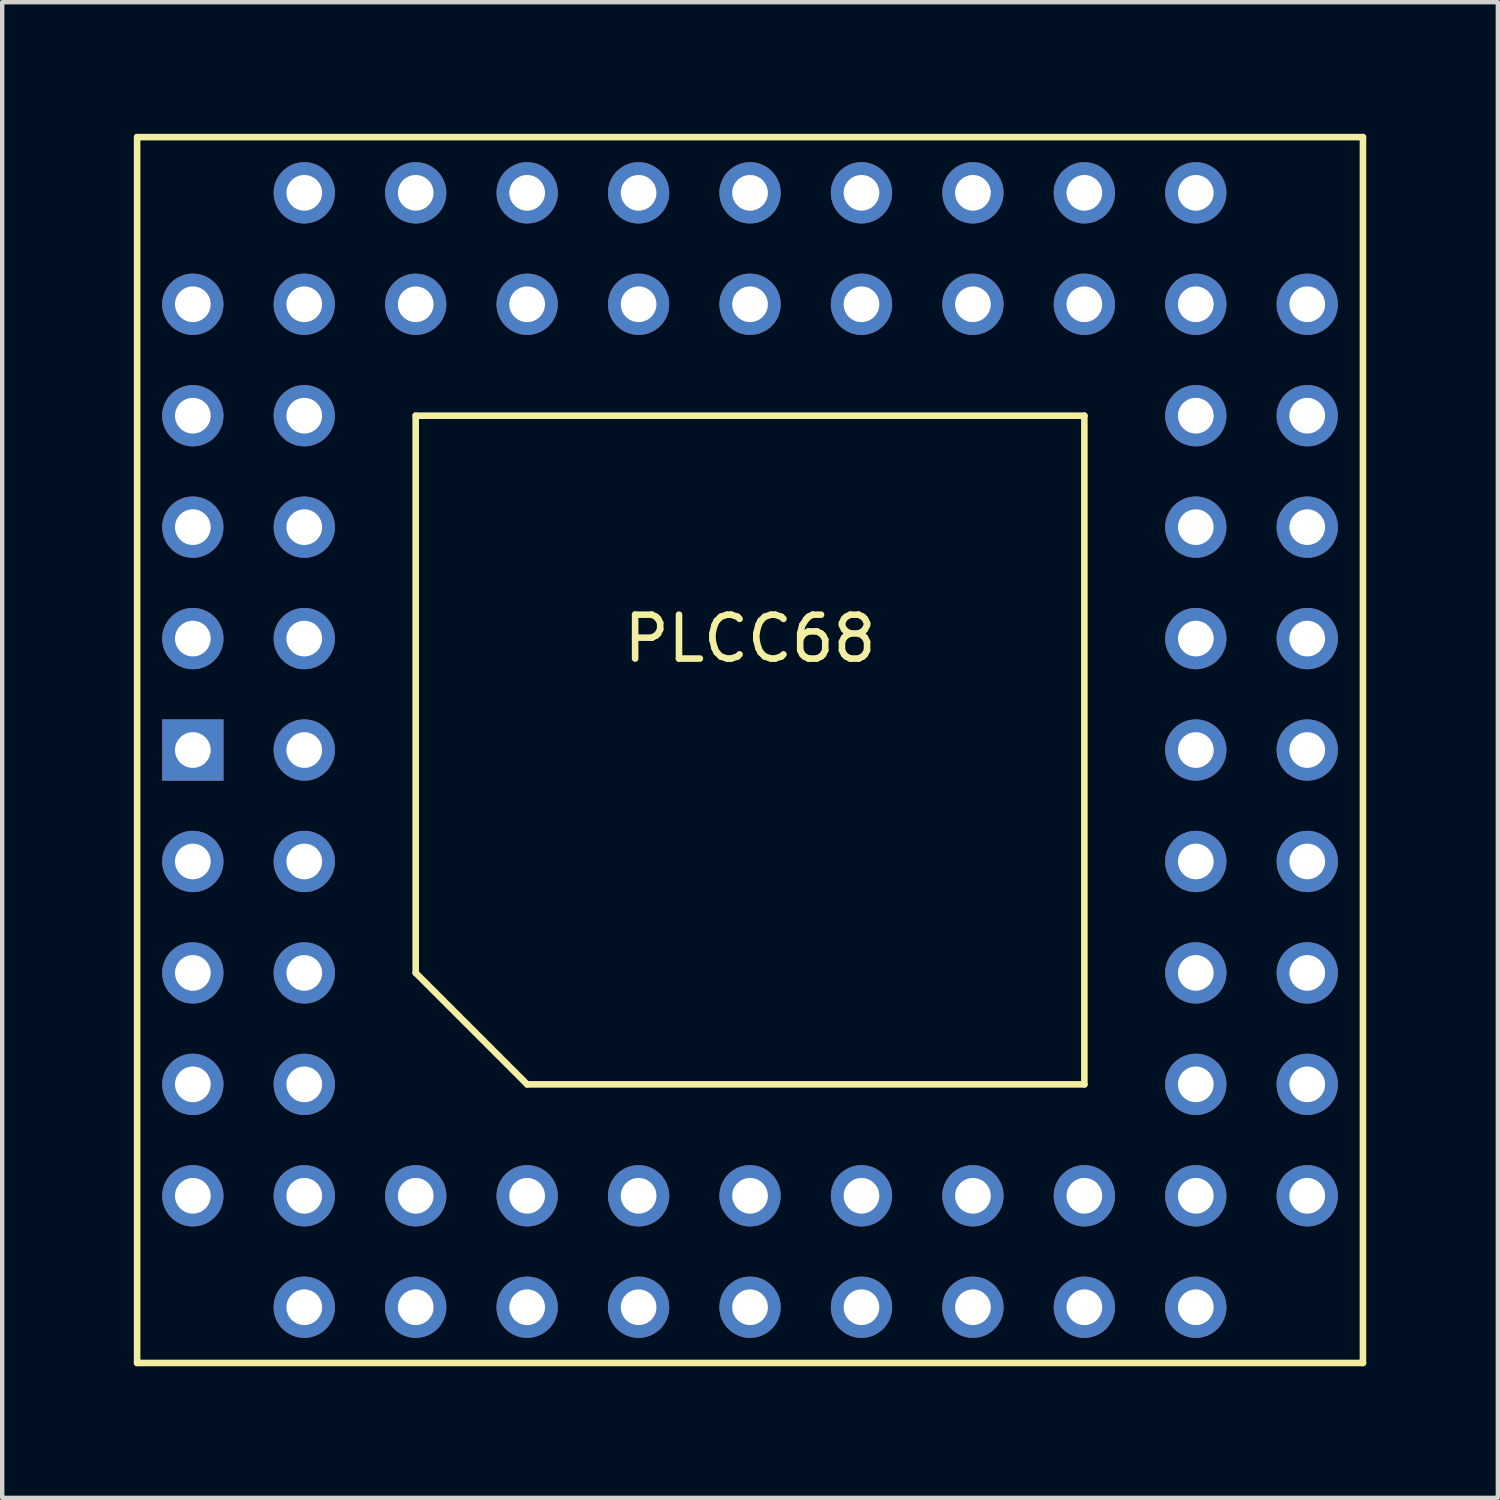
<source format=kicad_pcb>
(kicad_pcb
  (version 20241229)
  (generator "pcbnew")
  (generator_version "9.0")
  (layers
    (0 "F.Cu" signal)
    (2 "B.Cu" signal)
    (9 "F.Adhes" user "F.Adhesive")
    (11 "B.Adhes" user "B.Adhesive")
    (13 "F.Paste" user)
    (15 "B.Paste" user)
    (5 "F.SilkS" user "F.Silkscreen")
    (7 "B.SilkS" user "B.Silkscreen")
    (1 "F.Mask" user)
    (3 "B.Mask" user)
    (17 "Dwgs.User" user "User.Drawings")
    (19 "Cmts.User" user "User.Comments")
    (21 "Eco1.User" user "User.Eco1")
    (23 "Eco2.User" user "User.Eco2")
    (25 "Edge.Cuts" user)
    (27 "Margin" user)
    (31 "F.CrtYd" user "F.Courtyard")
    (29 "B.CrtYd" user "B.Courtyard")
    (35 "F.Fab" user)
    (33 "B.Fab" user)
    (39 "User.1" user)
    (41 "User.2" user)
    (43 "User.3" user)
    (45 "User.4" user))
  (footprint "PLCC68"
    (layer "F.Cu")
    (at 14.045 14.045)
    (property "Reference" "PLCC68" (at 0 -2.54 0) (layer "F.SilkS") (effects (font (size 1 1) (thickness 0.15))))
    (attr through_hole)
    (fp_line (start -13.97 -13.97) (end 13.97 -13.97) (stroke (width 0.15) (type solid)) (layer "F.SilkS"))
    (fp_line (start -13.97 13.97) (end -13.97 -13.97) (stroke (width 0.15) (type solid)) (layer "F.SilkS"))
    (fp_line (start -7.62 -7.62) (end 7.62 -7.62) (stroke (width 0.15) (type solid)) (layer "F.SilkS"))
    (fp_line (start -7.62 5.08) (end -7.62 -7.62) (stroke (width 0.15) (type solid)) (layer "F.SilkS"))
    (fp_line (start -5.08 7.62) (end -7.62 5.08) (stroke (width 0.15) (type solid)) (layer "F.SilkS"))
    (fp_line (start 7.62 -7.62) (end 7.62 7.62) (stroke (width 0.15) (type solid)) (layer "F.SilkS"))
    (fp_line (start 7.62 7.62) (end -5.08 7.62) (stroke (width 0.15) (type solid)) (layer "F.SilkS"))
    (fp_line (start 13.97 -13.97) (end 13.97 13.97) (stroke (width 0.15) (type solid)) (layer "F.SilkS"))
    (fp_line (start 13.97 13.97) (end -13.97 13.97) (stroke (width 0.15) (type solid)) (layer "F.SilkS"))
    (pad "1" thru_hole rect (at -12.7 0) (size 1.397 1.397) (drill 0.813) (layers "*.Cu" "*.Mask"))
    (pad "2" thru_hole circle (at -10.16 0) (size 1.397 1.397) (drill 0.813) (layers "*.Cu" "*.Mask"))
    (pad "3" thru_hole circle (at -12.7 2.54) (size 1.397 1.397) (drill 0.813) (layers "*.Cu" "*.Mask"))
    (pad "4" thru_hole circle (at -10.16 2.54) (size 1.397 1.397) (drill 0.813) (layers "*.Cu" "*.Mask"))
    (pad "5" thru_hole circle (at -12.7 5.08) (size 1.397 1.397) (drill 0.813) (layers "*.Cu" "*.Mask"))
    (pad "6" thru_hole circle (at -10.16 5.08) (size 1.397 1.397) (drill 0.813) (layers "*.Cu" "*.Mask"))
    (pad "7" thru_hole circle (at -12.7 7.62) (size 1.397 1.397) (drill 0.813) (layers "*.Cu" "*.Mask"))
    (pad "8" thru_hole circle (at -10.16 7.62) (size 1.397 1.397) (drill 0.813) (layers "*.Cu" "*.Mask"))
    (pad "9" thru_hole circle (at -12.7 10.16) (size 1.397 1.397) (drill 0.813) (layers "*.Cu" "*.Mask"))
    (pad "10" thru_hole circle (at -10.16 12.7) (size 1.397 1.397) (drill 0.813) (layers "*.Cu" "*.Mask"))
    (pad "11" thru_hole circle (at -10.16 10.16) (size 1.397 1.397) (drill 0.813) (layers "*.Cu" "*.Mask"))
    (pad "12" thru_hole circle (at -7.62 12.7) (size 1.397 1.397) (drill 0.813) (layers "*.Cu" "*.Mask"))
    (pad "13" thru_hole circle (at -7.62 10.16) (size 1.397 1.397) (drill 0.813) (layers "*.Cu" "*.Mask"))
    (pad "14" thru_hole circle (at -5.08 12.7) (size 1.397 1.397) (drill 0.813) (layers "*.Cu" "*.Mask"))
    (pad "15" thru_hole circle (at -5.08 10.16) (size 1.397 1.397) (drill 0.813) (layers "*.Cu" "*.Mask"))
    (pad "16" thru_hole circle (at -2.54 12.7) (size 1.397 1.397) (drill 0.813) (layers "*.Cu" "*.Mask"))
    (pad "17" thru_hole circle (at -2.54 10.16) (size 1.397 1.397) (drill 0.813) (layers "*.Cu" "*.Mask"))
    (pad "18" thru_hole circle (at 0 12.7) (size 1.397 1.397) (drill 0.813) (layers "*.Cu" "*.Mask"))
    (pad "19" thru_hole circle (at 0 10.16) (size 1.397 1.397) (drill 0.813) (layers "*.Cu" "*.Mask"))
    (pad "20" thru_hole circle (at 2.54 12.7) (size 1.397 1.397) (drill 0.813) (layers "*.Cu" "*.Mask"))
    (pad "21" thru_hole circle (at 2.54 10.16) (size 1.397 1.397) (drill 0.813) (layers "*.Cu" "*.Mask"))
    (pad "22" thru_hole circle (at 5.08 12.7) (size 1.397 1.397) (drill 0.813) (layers "*.Cu" "*.Mask"))
    (pad "23" thru_hole circle (at 5.08 10.16) (size 1.397 1.397) (drill 0.813) (layers "*.Cu" "*.Mask"))
    (pad "24" thru_hole circle (at 7.62 12.7) (size 1.397 1.397) (drill 0.813) (layers "*.Cu" "*.Mask"))
    (pad "25" thru_hole circle (at 7.62 10.16) (size 1.397 1.397) (drill 0.813) (layers "*.Cu" "*.Mask"))
    (pad "26" thru_hole circle (at 10.16 12.7) (size 1.397 1.397) (drill 0.813) (layers "*.Cu" "*.Mask"))
    (pad "27" thru_hole circle (at 12.7 10.16) (size 1.397 1.397) (drill 0.813) (layers "*.Cu" "*.Mask"))
    (pad "28" thru_hole circle (at 10.16 10.16) (size 1.397 1.397) (drill 0.813) (layers "*.Cu" "*.Mask"))
    (pad "29" thru_hole circle (at 12.7 7.62) (size 1.397 1.397) (drill 0.813) (layers "*.Cu" "*.Mask"))
    (pad "30" thru_hole circle (at 10.16 7.62) (size 1.397 1.397) (drill 0.813) (layers "*.Cu" "*.Mask"))
    (pad "31" thru_hole circle (at 12.7 5.08) (size 1.397 1.397) (drill 0.813) (layers "*.Cu" "*.Mask"))
    (pad "32" thru_hole circle (at 10.16 5.08) (size 1.397 1.397) (drill 0.813) (layers "*.Cu" "*.Mask"))
    (pad "33" thru_hole circle (at 12.7 2.54) (size 1.397 1.397) (drill 0.813) (layers "*.Cu" "*.Mask"))
    (pad "34" thru_hole circle (at 10.16 2.54) (size 1.397 1.397) (drill 0.813) (layers "*.Cu" "*.Mask"))
    (pad "35" thru_hole circle (at 12.7 0) (size 1.397 1.397) (drill 0.813) (layers "*.Cu" "*.Mask"))
    (pad "36" thru_hole circle (at 10.16 0) (size 1.397 1.397) (drill 0.813) (layers "*.Cu" "*.Mask"))
    (pad "37" thru_hole circle (at 12.7 -2.54) (size 1.397 1.397) (drill 0.813) (layers "*.Cu" "*.Mask"))
    (pad "38" thru_hole circle (at 10.16 -2.54) (size 1.397 1.397) (drill 0.813) (layers "*.Cu" "*.Mask"))
    (pad "39" thru_hole circle (at 12.7 -5.08) (size 1.397 1.397) (drill 0.813) (layers "*.Cu" "*.Mask"))
    (pad "40" thru_hole circle (at 10.16 -5.08) (size 1.397 1.397) (drill 0.813) (layers "*.Cu" "*.Mask"))
    (pad "41" thru_hole circle (at 12.7 -7.62) (size 1.397 1.397) (drill 0.813) (layers "*.Cu" "*.Mask"))
    (pad "42" thru_hole circle (at 10.16 -7.62) (size 1.397 1.397) (drill 0.813) (layers "*.Cu" "*.Mask"))
    (pad "43" thru_hole circle (at 12.7 -10.16) (size 1.397 1.397) (drill 0.813) (layers "*.Cu" "*.Mask"))
    (pad "44" thru_hole circle (at 10.16 -12.7) (size 1.397 1.397) (drill 0.813) (layers "*.Cu" "*.Mask"))
    (pad "45" thru_hole circle (at 10.16 -10.16) (size 1.397 1.397) (drill 0.813) (layers "*.Cu" "*.Mask"))
    (pad "46" thru_hole circle (at 7.62 -12.7) (size 1.397 1.397) (drill 0.813) (layers "*.Cu" "*.Mask"))
    (pad "47" thru_hole circle (at 7.62 -10.16) (size 1.397 1.397) (drill 0.813) (layers "*.Cu" "*.Mask"))
    (pad "48" thru_hole circle (at 5.08 -12.7) (size 1.397 1.397) (drill 0.813) (layers "*.Cu" "*.Mask"))
    (pad "49" thru_hole circle (at 5.08 -10.16) (size 1.397 1.397) (drill 0.813) (layers "*.Cu" "*.Mask"))
    (pad "50" thru_hole circle (at 2.54 -12.7) (size 1.397 1.397) (drill 0.813) (layers "*.Cu" "*.Mask"))
    (pad "51" thru_hole circle (at 2.54 -10.16) (size 1.397 1.397) (drill 0.813) (layers "*.Cu" "*.Mask"))
    (pad "52" thru_hole circle (at 0 -12.7) (size 1.397 1.397) (drill 0.813) (layers "*.Cu" "*.Mask"))
    (pad "53" thru_hole circle (at 0 -10.16) (size 1.397 1.397) (drill 0.813) (layers "*.Cu" "*.Mask"))
    (pad "54" thru_hole circle (at -2.54 -12.7) (size 1.397 1.397) (drill 0.813) (layers "*.Cu" "*.Mask"))
    (pad "55" thru_hole circle (at -2.54 -10.16) (size 1.397 1.397) (drill 0.813) (layers "*.Cu" "*.Mask"))
    (pad "56" thru_hole circle (at -5.08 -12.7) (size 1.397 1.397) (drill 0.813) (layers "*.Cu" "*.Mask"))
    (pad "57" thru_hole circle (at -5.08 -10.16) (size 1.397 1.397) (drill 0.813) (layers "*.Cu" "*.Mask"))
    (pad "58" thru_hole circle (at -7.62 -12.7) (size 1.397 1.397) (drill 0.813) (layers "*.Cu" "*.Mask"))
    (pad "59" thru_hole circle (at -7.62 -10.16) (size 1.397 1.397) (drill 0.813) (layers "*.Cu" "*.Mask"))
    (pad "60" thru_hole circle (at -10.16 -12.7) (size 1.397 1.397) (drill 0.813) (layers "*.Cu" "*.Mask"))
    (pad "61" thru_hole circle (at -12.7 -10.16) (size 1.397 1.397) (drill 0.813) (layers "*.Cu" "*.Mask"))
    (pad "62" thru_hole circle (at -10.16 -10.16) (size 1.397 1.397) (drill 0.813) (layers "*.Cu" "*.Mask"))
    (pad "63" thru_hole circle (at -12.7 -7.62) (size 1.397 1.397) (drill 0.813) (layers "*.Cu" "*.Mask"))
    (pad "64" thru_hole circle (at -10.16 -7.62) (size 1.397 1.397) (drill 0.813) (layers "*.Cu" "*.Mask"))
    (pad "65" thru_hole circle (at -12.7 -5.08) (size 1.397 1.397) (drill 0.813) (layers "*.Cu" "*.Mask"))
    (pad "66" thru_hole circle (at -10.16 -5.08) (size 1.397 1.397) (drill 0.813) (layers "*.Cu" "*.Mask"))
    (pad "67" thru_hole circle (at -12.7 -2.54) (size 1.397 1.397) (drill 0.813) (layers "*.Cu" "*.Mask"))
    (pad "68" thru_hole circle (at -10.16 -2.54) (size 1.397 1.397) (drill 0.813) (layers "*.Cu" "*.Mask")))
  (gr_rect
    (start -3 -3)
    (end 31.09 31.09)
    (stroke (width 0.1) (type default))
    (fill no)
    (layer "Edge.Cuts")))
</source>
